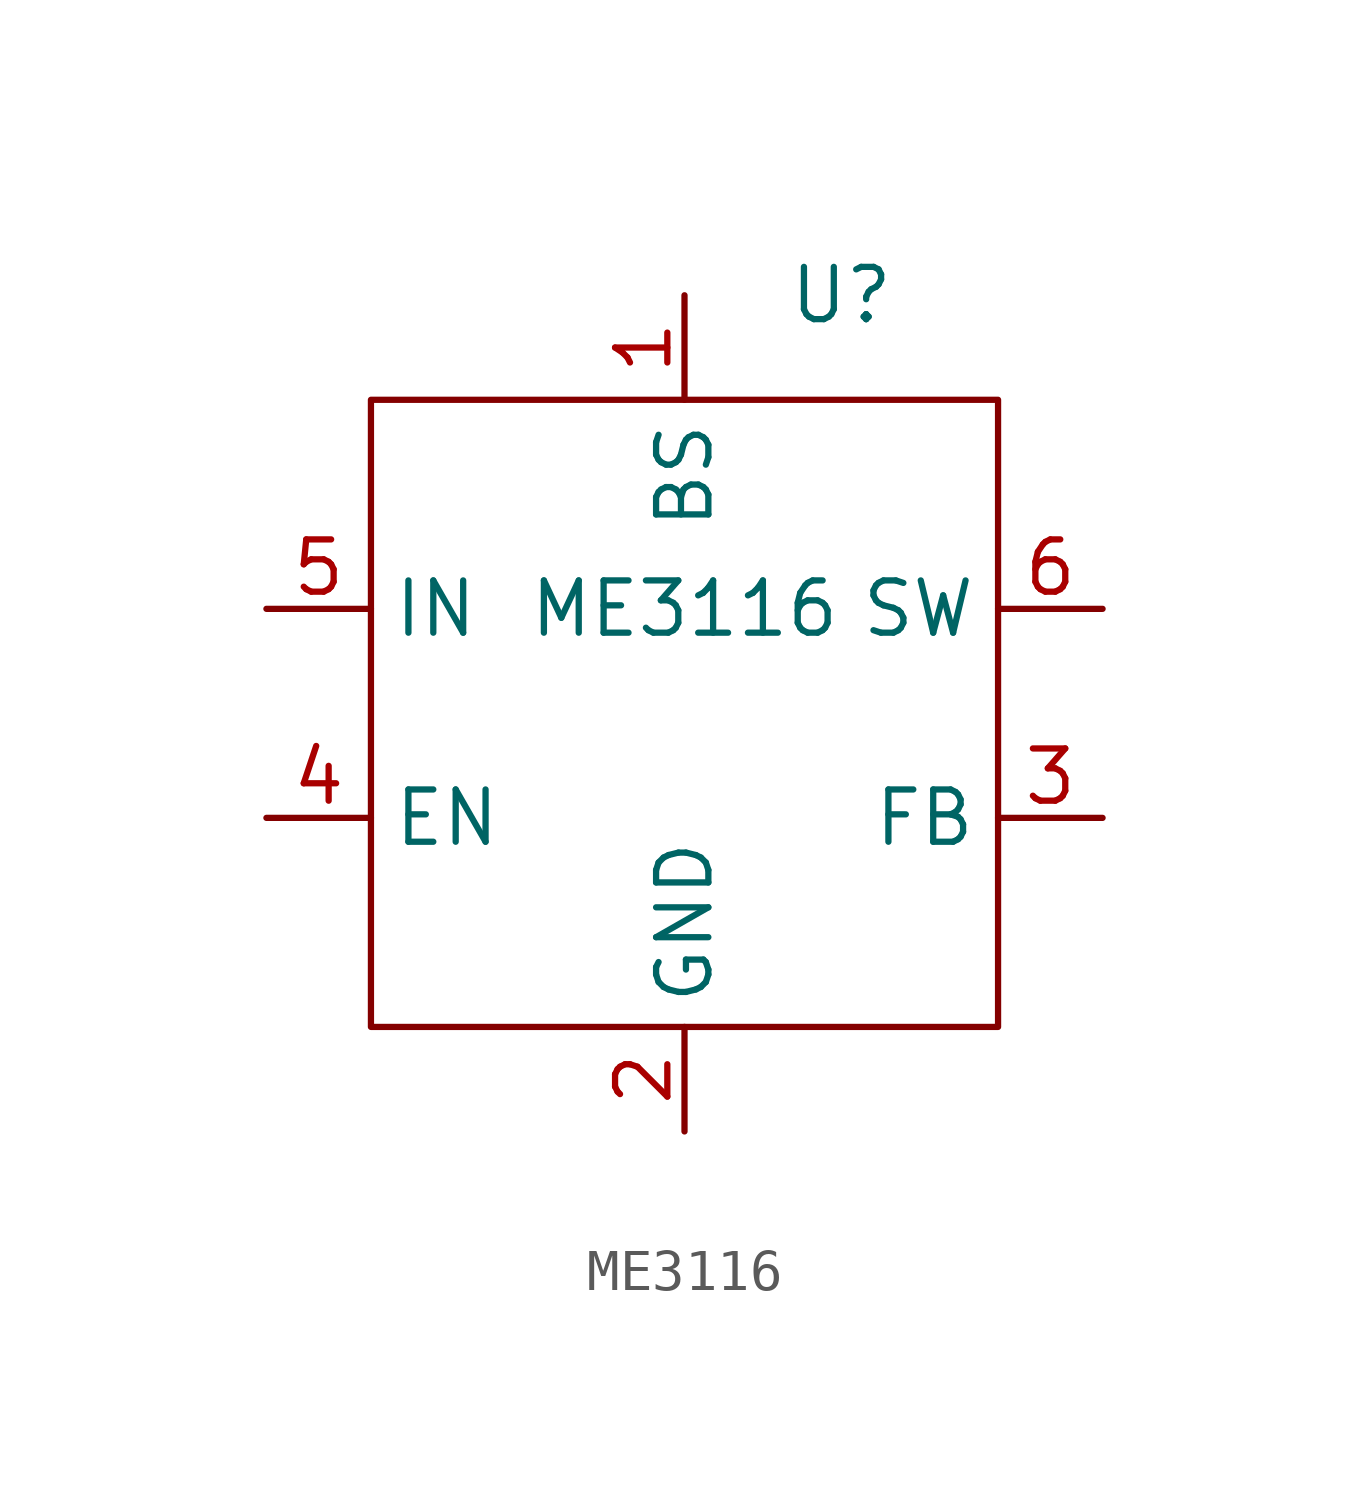
<source format=kicad_sym>
(kicad_symbol_lib
  (version 20211014)
  (generator kicad_symbol_editor)
  (symbol "ME3116"
    (property "Reference" "U"
      (at 3.81 10.16 0)
      (effects (font (size 1.27 1.27))))
    (property "Value" "ME3116"
      (at 0 2.54 0)
      (effects (font (size 1.27 1.27))))
    (symbol "ME3116_0_1"
      (rectangle (start -7.62 7.62) (end 7.62 -7.62) (stroke (width 0) (type default) (color 0 0 0 0)) (fill (type none))))
    (symbol "ME3116_1_1"
      (pin input line (at 0 10.16 270) (length 2.54) (name "BS" (effects (font (size 1.27 1.27)))) (number "1" (effects (font (size 1.27 1.27)))))
      (pin input line (at 0 -10.16 90) (length 2.54) (name "GND" (effects (font (size 1.27 1.27)))) (number "2" (effects (font (size 1.27 1.27)))))
      (pin input line (at 10.16 -2.54 180) (length 2.54) (name "FB" (effects (font (size 1.27 1.27)))) (number "3" (effects (font (size 1.27 1.27)))))
      (pin input line (at -10.16 -2.54 0) (length 2.54) (name "EN" (effects (font (size 1.27 1.27)))) (number "4" (effects (font (size 1.27 1.27)))))
      (pin input line (at -10.16 2.54 0) (length 2.54) (name "IN" (effects (font (size 1.27 1.27)))) (number "5" (effects (font (size 1.27 1.27)))))
      (pin input line (at 10.16 2.54 180) (length 2.54) (name "SW" (effects (font (size 1.27 1.27)))) (number "6" (effects (font (size 1.27 1.27))))))))
</source>
